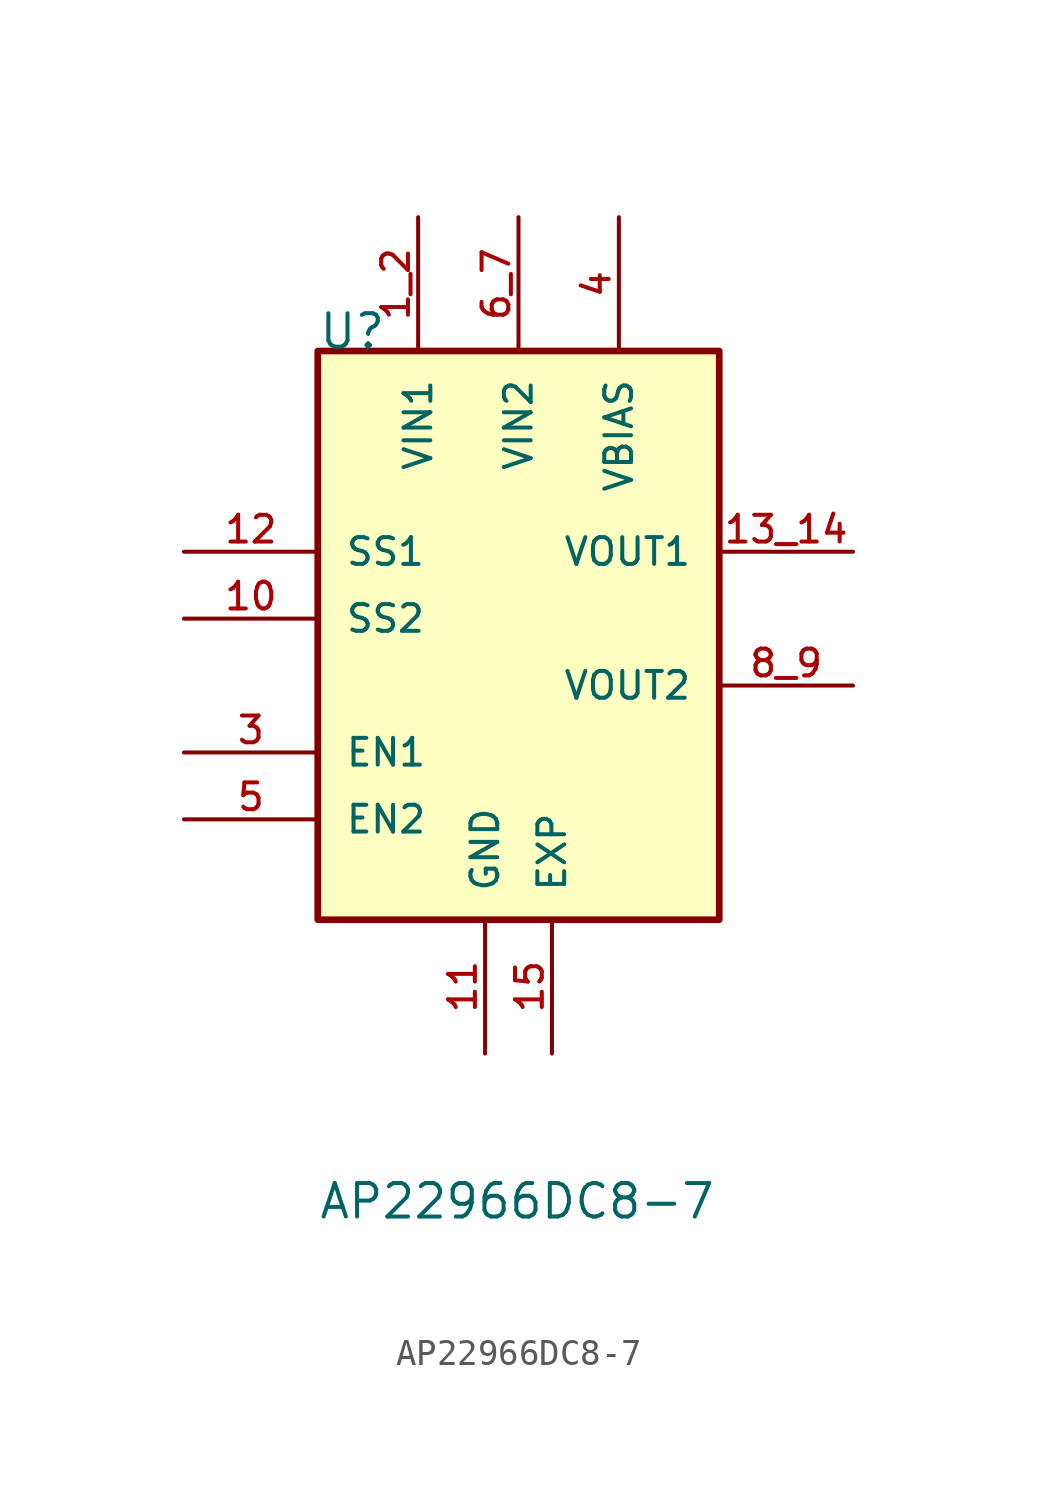
<source format=kicad_sym>
(kicad_symbol_lib
  (version 20220914)
  (generator kicad_symbol_editor)
  (symbol "AP22966DC8-7"
    (pin_names
      (offset 1.016))
    (property "Reference" "U"
      (at -15.24 15.24 0)
      (effects (font (size 1.27 1.27)) (justify left bottom)))
    (property "Value" "AP22966DC8-7"
      (at -15.24 -17.78 0)
      (effects (font (size 1.27 1.27)) (justify left bottom)))
    (symbol "AP22966DC8-7_0_0"
      (rectangle (start -15.24 15.24) (end 0 -6.35) (stroke (width 0.254) (type default)) (fill (type background)))
      (pin passive line (at -20.32 5.08 0) (length 5.08) (name "SS2" (effects (font (size 1.016 1.016)))) (number "10" (effects (font (size 1.016 1.016)))))
      (pin passive line (at -20.32 7.62 0) (length 5.08) (name "SS1" (effects (font (size 1.016 1.016)))) (number "12" (effects (font (size 1.016 1.016)))))
      (pin passive line (at -6.35 -11.43 90) (length 5.08) (name "EXP" (effects (font (size 1.016 1.016)))) (number "15" (effects (font (size 1.016 1.016)))))
      (pin input line (at -11.43 20.32 270) (length 5.08) (name "VIN1" (effects (font (size 1.016 1.016)))) (number "1_2" (effects (font (size 1.016 1.016)))))
      (pin input line (at -20.32 0 0) (length 5.08) (name "EN1" (effects (font (size 1.016 1.016)))) (number "3" (effects (font (size 1.016 1.016)))))
      (pin power_in line (at -3.81 20.32 270) (length 5.08) (name "VBIAS" (effects (font (size 1.016 1.016)))) (number "4" (effects (font (size 1.016 1.016)))))
      (pin input line (at -20.32 -2.54 0) (length 5.08) (name "EN2" (effects (font (size 1.016 1.016)))) (number "5" (effects (font (size 1.016 1.016)))))
      (pin input line (at -7.62 20.32 270) (length 5.08) (name "VIN2" (effects (font (size 1.016 1.016)))) (number "6_7" (effects (font (size 1.016 1.016))))))
    (symbol "AP22966DC8-7_1_0"
      (pin power_in line (at -8.89 -11.43 90) (length 5.08) (name "GND" (effects (font (size 1.016 1.016)))) (number "11" (effects (font (size 1.016 1.016)))))
      (pin power_out line (at 5.08 7.62 180) (length 5.08) (name "VOUT1" (effects (font (size 1.016 1.016)))) (number "13_14" (effects (font (size 1.016 1.016)))))
      (pin power_out line (at 5.08 2.54 180) (length 5.08) (name "VOUT2" (effects (font (size 1.016 1.016)))) (number "8_9" (effects (font (size 1.016 1.016))))))))
</source>
